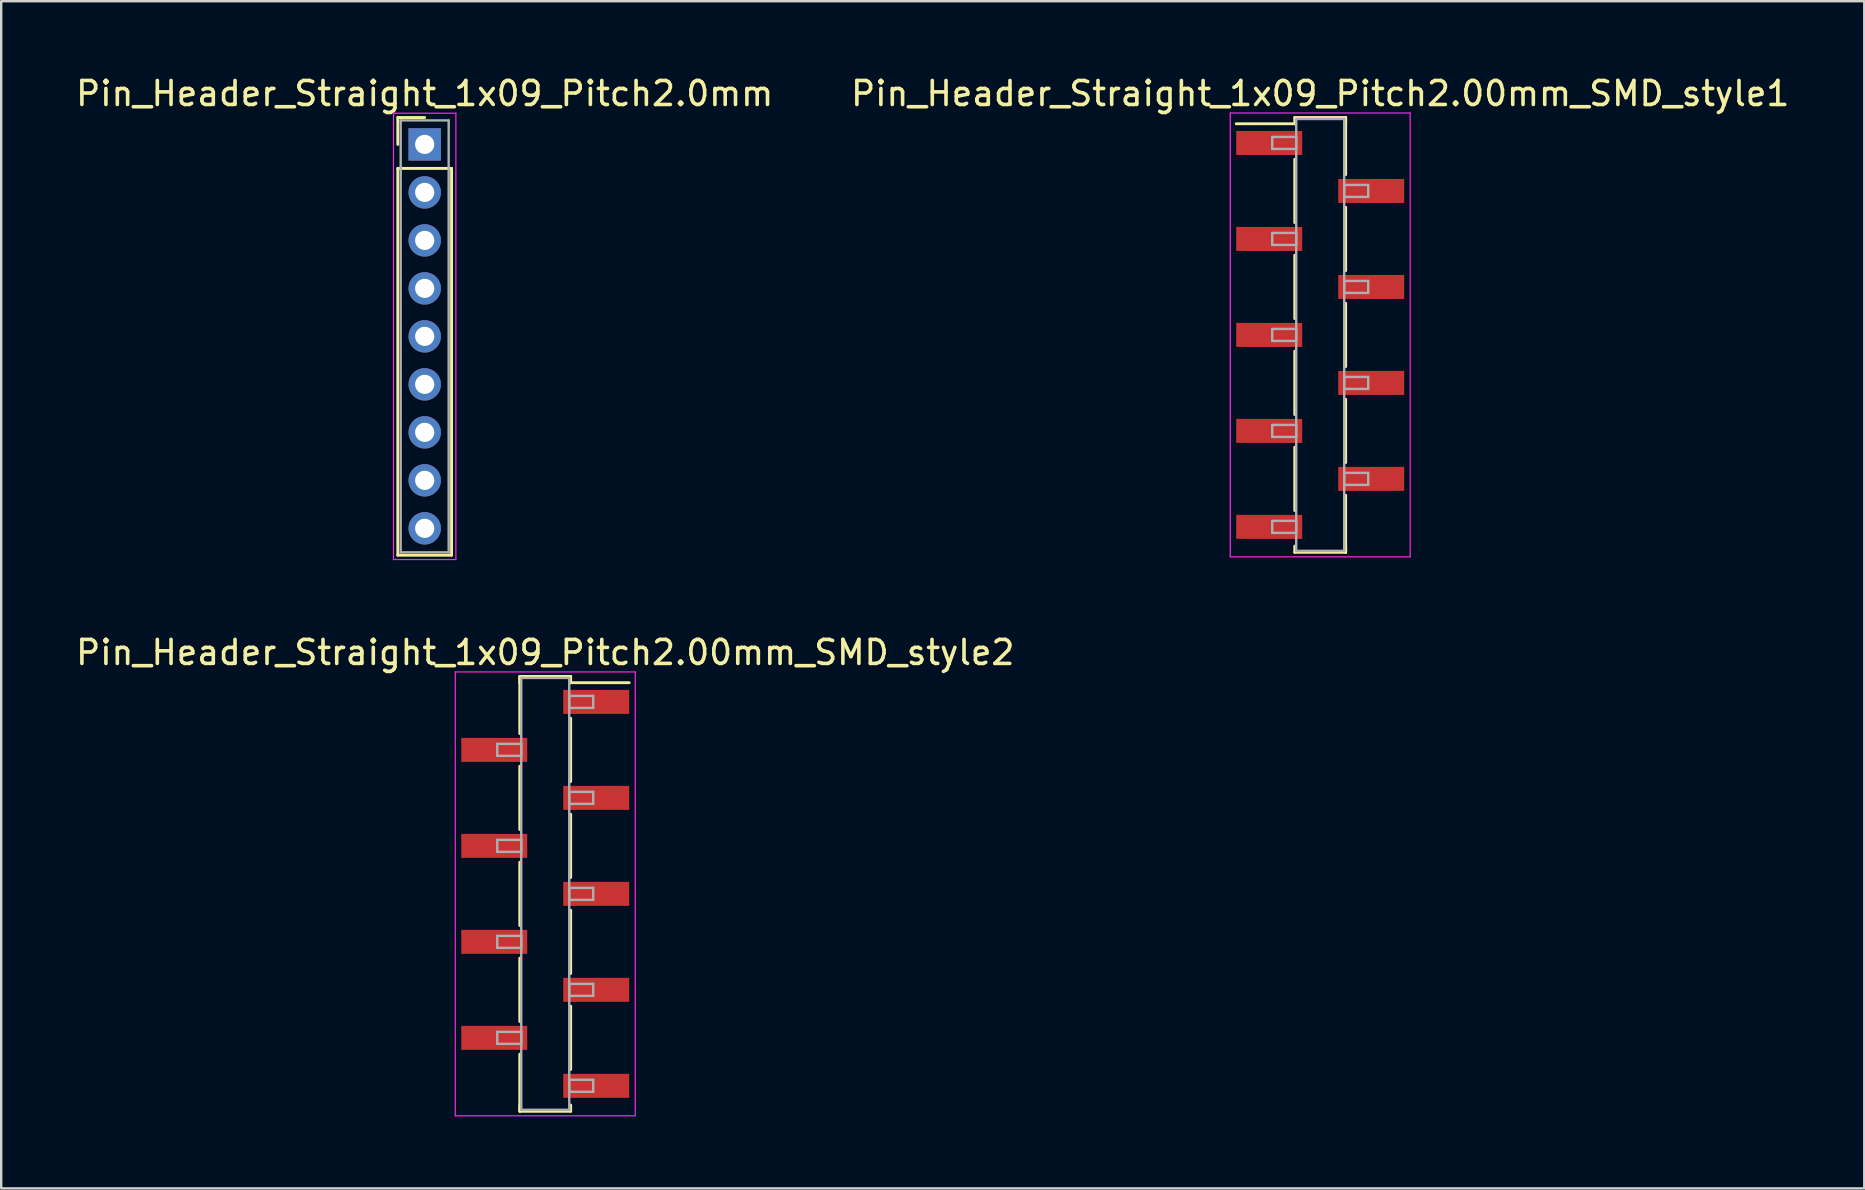
<source format=kicad_pcb>
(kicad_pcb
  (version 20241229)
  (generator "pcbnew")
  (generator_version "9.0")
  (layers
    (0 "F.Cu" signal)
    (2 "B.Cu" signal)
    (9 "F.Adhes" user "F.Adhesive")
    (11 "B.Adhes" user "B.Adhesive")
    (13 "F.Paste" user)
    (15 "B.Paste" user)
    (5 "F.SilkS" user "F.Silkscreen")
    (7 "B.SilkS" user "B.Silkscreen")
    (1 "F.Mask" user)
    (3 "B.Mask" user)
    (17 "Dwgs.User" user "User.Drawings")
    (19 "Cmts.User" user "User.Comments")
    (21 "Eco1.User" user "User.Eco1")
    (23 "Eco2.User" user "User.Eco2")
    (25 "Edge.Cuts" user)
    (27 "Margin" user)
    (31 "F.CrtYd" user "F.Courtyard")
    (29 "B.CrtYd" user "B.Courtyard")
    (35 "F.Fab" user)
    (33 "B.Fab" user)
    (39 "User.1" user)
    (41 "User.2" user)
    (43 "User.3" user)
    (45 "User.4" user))
  (footprint "Pin_Header_Straight_1x09_Pitch2.0mm"
    (layer "F.Cu")
    (at 14.649 2.968)
    (property "Reference" "Pin_Header_Straight_1x09_Pitch2.0mm" (at 0 -2.12 0) (layer "F.SilkS") (effects (font (size 1 1) (thickness 0.15))))
    (attr through_hole)
    (fp_line (start -1.12 -1.12) (end 0 -1.12) (stroke (width 0.12) (type solid)) (layer "F.SilkS"))
    (fp_line (start -1.12 0) (end -1.12 -1.12) (stroke (width 0.12) (type solid)) (layer "F.SilkS"))
    (fp_line (start -1.12 1) (end -1.12 17.12) (stroke (width 0.12) (type solid)) (layer "F.SilkS"))
    (fp_line (start -1.12 17.12) (end 1.12 17.12) (stroke (width 0.12) (type solid)) (layer "F.SilkS"))
    (fp_line (start 1.12 1) (end -1.12 1) (stroke (width 0.12) (type solid)) (layer "F.SilkS"))
    (fp_line (start 1.12 17.12) (end 1.12 1) (stroke (width 0.12) (type solid)) (layer "F.SilkS"))
    (fp_line (start -1.3 -1.3) (end -1.3 17.3) (stroke (width 0.05) (type solid)) (layer "F.CrtYd"))
    (fp_line (start -1.3 17.3) (end 1.3 17.3) (stroke (width 0.05) (type solid)) (layer "F.CrtYd"))
    (fp_line (start 1.3 -1.3) (end -1.3 -1.3) (stroke (width 0.05) (type solid)) (layer "F.CrtYd"))
    (fp_line (start 1.3 17.3) (end 1.3 -1.3) (stroke (width 0.05) (type solid)) (layer "F.CrtYd"))
    (fp_line (start -1 -1) (end -1 17) (stroke (width 0.1) (type solid)) (layer "F.Fab"))
    (fp_line (start -1 17) (end 1 17) (stroke (width 0.1) (type solid)) (layer "F.Fab"))
    (fp_line (start 1 -1) (end -1 -1) (stroke (width 0.1) (type solid)) (layer "F.Fab"))
    (fp_line (start 1 17) (end 1 -1) (stroke (width 0.1) (type solid)) (layer "F.Fab"))
    (pad "1" thru_hole rect (at 0 0) (size 1.35 1.35) (drill 0.8) (layers "*.Cu" "*.Mask"))
    (pad "2" thru_hole oval (at 0 2) (size 1.35 1.35) (drill 0.8) (layers "*.Cu" "*.Mask"))
    (pad "3" thru_hole oval (at 0 4) (size 1.35 1.35) (drill 0.8) (layers "*.Cu" "*.Mask"))
    (pad "4" thru_hole oval (at 0 6) (size 1.35 1.35) (drill 0.8) (layers "*.Cu" "*.Mask"))
    (pad "5" thru_hole oval (at 0 8) (size 1.35 1.35) (drill 0.8) (layers "*.Cu" "*.Mask"))
    (pad "6" thru_hole oval (at 0 10) (size 1.35 1.35) (drill 0.8) (layers "*.Cu" "*.Mask"))
    (pad "7" thru_hole oval (at 0 12) (size 1.35 1.35) (drill 0.8) (layers "*.Cu" "*.Mask"))
    (pad "8" thru_hole oval (at 0 14) (size 1.35 1.35) (drill 0.8) (layers "*.Cu" "*.Mask"))
    (pad "9" thru_hole oval (at 0 16) (size 1.35 1.35) (drill 0.8) (layers "*.Cu" "*.Mask")))
  (footprint "Pin_Header_Straight_1x09_Pitch2.00mm_SMD_style1"
    (layer "F.Cu")
    (at 51.97 10.908)
    (property "Reference" "Pin_Header_Straight_1x09_Pitch2.00mm_SMD_style1" (at 0 -10.06 0) (layer "F.SilkS") (effects (font (size 1 1) (thickness 0.15))))
    (attr smd)
    (fp_line (start -1.06 -9.06) (end 1.06 -9.06) (stroke (width 0.12) (type solid)) (layer "F.SilkS"))
    (fp_line (start -1.06 -8.8) (end -3.5 -8.8) (stroke (width 0.12) (type solid)) (layer "F.SilkS"))
    (fp_line (start -1.06 -8.8) (end -1.06 -9.06) (stroke (width 0.12) (type solid)) (layer "F.SilkS"))
    (fp_line (start -1.06 -7.32) (end -1.06 -4.68) (stroke (width 0.12) (type solid)) (layer "F.SilkS"))
    (fp_line (start -1.06 -3.32) (end -1.06 -0.68) (stroke (width 0.12) (type solid)) (layer "F.SilkS"))
    (fp_line (start -1.06 0.68) (end -1.06 3.32) (stroke (width 0.12) (type solid)) (layer "F.SilkS"))
    (fp_line (start -1.06 4.68) (end -1.06 7.32) (stroke (width 0.12) (type solid)) (layer "F.SilkS"))
    (fp_line (start -1.06 8.8) (end -1.06 9.06) (stroke (width 0.12) (type solid)) (layer "F.SilkS"))
    (fp_line (start -1.06 9.06) (end 1.06 9.06) (stroke (width 0.12) (type solid)) (layer "F.SilkS"))
    (fp_line (start 1.06 -9.06) (end 1.06 -8.8) (stroke (width 0.12) (type solid)) (layer "F.SilkS"))
    (fp_line (start 1.06 -9.06) (end 1.06 -6.68) (stroke (width 0.12) (type solid)) (layer "F.SilkS"))
    (fp_line (start 1.06 -5.32) (end 1.06 -2.68) (stroke (width 0.12) (type solid)) (layer "F.SilkS"))
    (fp_line (start 1.06 -1.32) (end 1.06 1.32) (stroke (width 0.12) (type solid)) (layer "F.SilkS"))
    (fp_line (start 1.06 2.68) (end 1.06 5.32) (stroke (width 0.12) (type solid)) (layer "F.SilkS"))
    (fp_line (start 1.06 6.68) (end 1.06 9.06) (stroke (width 0.12) (type solid)) (layer "F.SilkS"))
    (fp_line (start 1.06 9.06) (end 1.06 8.8) (stroke (width 0.12) (type solid)) (layer "F.SilkS"))
    (fp_line (start -3.75 -9.25) (end -3.75 9.25) (stroke (width 0.05) (type solid)) (layer "F.CrtYd"))
    (fp_line (start -3.75 9.25) (end 3.75 9.25) (stroke (width 0.05) (type solid)) (layer "F.CrtYd"))
    (fp_line (start 3.75 -9.25) (end -3.75 -9.25) (stroke (width 0.05) (type solid)) (layer "F.CrtYd"))
    (fp_line (start 3.75 9.25) (end 3.75 -9.25) (stroke (width 0.05) (type solid)) (layer "F.CrtYd"))
    (fp_line (start -2 -8.25) (end -1 -8.25) (stroke (width 0.1) (type solid)) (layer "F.Fab"))
    (fp_line (start -2 -7.75) (end -2 -8.25) (stroke (width 0.1) (type solid)) (layer "F.Fab"))
    (fp_line (start -2 -4.25) (end -1 -4.25) (stroke (width 0.1) (type solid)) (layer "F.Fab"))
    (fp_line (start -2 -3.75) (end -2 -4.25) (stroke (width 0.1) (type solid)) (layer "F.Fab"))
    (fp_line (start -2 -0.25) (end -1 -0.25) (stroke (width 0.1) (type solid)) (layer "F.Fab"))
    (fp_line (start -2 0.25) (end -2 -0.25) (stroke (width 0.1) (type solid)) (layer "F.Fab"))
    (fp_line (start -2 3.75) (end -1 3.75) (stroke (width 0.1) (type solid)) (layer "F.Fab"))
    (fp_line (start -2 4.25) (end -2 3.75) (stroke (width 0.1) (type solid)) (layer "F.Fab"))
    (fp_line (start -2 7.75) (end -1 7.75) (stroke (width 0.1) (type solid)) (layer "F.Fab"))
    (fp_line (start -2 8.25) (end -2 7.75) (stroke (width 0.1) (type solid)) (layer "F.Fab"))
    (fp_line (start -1 -9) (end -1 9) (stroke (width 0.1) (type solid)) (layer "F.Fab"))
    (fp_line (start -1 -8.25) (end -1 -7.75) (stroke (width 0.1) (type solid)) (layer "F.Fab"))
    (fp_line (start -1 -7.75) (end -2 -7.75) (stroke (width 0.1) (type solid)) (layer "F.Fab"))
    (fp_line (start -1 -4.25) (end -1 -3.75) (stroke (width 0.1) (type solid)) (layer "F.Fab"))
    (fp_line (start -1 -3.75) (end -2 -3.75) (stroke (width 0.1) (type solid)) (layer "F.Fab"))
    (fp_line (start -1 -0.25) (end -1 0.25) (stroke (width 0.1) (type solid)) (layer "F.Fab"))
    (fp_line (start -1 0.25) (end -2 0.25) (stroke (width 0.1) (type solid)) (layer "F.Fab"))
    (fp_line (start -1 3.75) (end -1 4.25) (stroke (width 0.1) (type solid)) (layer "F.Fab"))
    (fp_line (start -1 4.25) (end -2 4.25) (stroke (width 0.1) (type solid)) (layer "F.Fab"))
    (fp_line (start -1 7.75) (end -1 8.25) (stroke (width 0.1) (type solid)) (layer "F.Fab"))
    (fp_line (start -1 8.25) (end -2 8.25) (stroke (width 0.1) (type solid)) (layer "F.Fab"))
    (fp_line (start -1 9) (end 1 9) (stroke (width 0.1) (type solid)) (layer "F.Fab"))
    (fp_line (start 1 -9) (end -1 -9) (stroke (width 0.1) (type solid)) (layer "F.Fab"))
    (fp_line (start 1 -6.25) (end 1 -5.75) (stroke (width 0.1) (type solid)) (layer "F.Fab"))
    (fp_line (start 1 -5.75) (end 2 -5.75) (stroke (width 0.1) (type solid)) (layer "F.Fab"))
    (fp_line (start 1 -2.25) (end 1 -1.75) (stroke (width 0.1) (type solid)) (layer "F.Fab"))
    (fp_line (start 1 -1.75) (end 2 -1.75) (stroke (width 0.1) (type solid)) (layer "F.Fab"))
    (fp_line (start 1 1.75) (end 1 2.25) (stroke (width 0.1) (type solid)) (layer "F.Fab"))
    (fp_line (start 1 2.25) (end 2 2.25) (stroke (width 0.1) (type solid)) (layer "F.Fab"))
    (fp_line (start 1 5.75) (end 1 6.25) (stroke (width 0.1) (type solid)) (layer "F.Fab"))
    (fp_line (start 1 6.25) (end 2 6.25) (stroke (width 0.1) (type solid)) (layer "F.Fab"))
    (fp_line (start 1 9) (end 1 -9) (stroke (width 0.1) (type solid)) (layer "F.Fab"))
    (fp_line (start 2 -6.25) (end 1 -6.25) (stroke (width 0.1) (type solid)) (layer "F.Fab"))
    (fp_line (start 2 -5.75) (end 2 -6.25) (stroke (width 0.1) (type solid)) (layer "F.Fab"))
    (fp_line (start 2 -2.25) (end 1 -2.25) (stroke (width 0.1) (type solid)) (layer "F.Fab"))
    (fp_line (start 2 -1.75) (end 2 -2.25) (stroke (width 0.1) (type solid)) (layer "F.Fab"))
    (fp_line (start 2 1.75) (end 1 1.75) (stroke (width 0.1) (type solid)) (layer "F.Fab"))
    (fp_line (start 2 2.25) (end 2 1.75) (stroke (width 0.1) (type solid)) (layer "F.Fab"))
    (fp_line (start 2 5.75) (end 1 5.75) (stroke (width 0.1) (type solid)) (layer "F.Fab"))
    (fp_line (start 2 6.25) (end 2 5.75) (stroke (width 0.1) (type solid)) (layer "F.Fab"))
    (pad "1" smd rect (at -2.125 -8) (size 2.75 1) (layers "F.Cu" "F.Mask"))
    (pad "2" smd rect (at 2.125 -6) (size 2.75 1) (layers "F.Cu" "F.Mask"))
    (pad "3" smd rect (at -2.125 -4) (size 2.75 1) (layers "F.Cu" "F.Mask"))
    (pad "4" smd rect (at 2.125 -2) (size 2.75 1) (layers "F.Cu" "F.Mask"))
    (pad "5" smd rect (at -2.125 0) (size 2.75 1) (layers "F.Cu" "F.Mask"))
    (pad "6" smd rect (at 2.125 2) (size 2.75 1) (layers "F.Cu" "F.Mask"))
    (pad "7" smd rect (at -2.125 4) (size 2.75 1) (layers "F.Cu" "F.Mask"))
    (pad "8" smd rect (at 2.125 6) (size 2.75 1) (layers "F.Cu" "F.Mask"))
    (pad "9" smd rect (at -2.125 8) (size 2.75 1) (layers "F.Cu" "F.Mask")))
  (footprint "Pin_Header_Straight_1x09_Pitch2.00mm_SMD_style2"
    (layer "F.Cu")
    (at 19.673 34.202)
    (property "Reference" "Pin_Header_Straight_1x09_Pitch2.00mm_SMD_style2" (at 0 -10.06 0) (layer "F.SilkS") (effects (font (size 1 1) (thickness 0.15))))
    (attr smd)
    (fp_line (start -1.06 -9.06) (end -1.06 -6.68) (stroke (width 0.12) (type solid)) (layer "F.SilkS"))
    (fp_line (start -1.06 -9.06) (end 1.06 -9.06) (stroke (width 0.12) (type solid)) (layer "F.SilkS"))
    (fp_line (start -1.06 -8.8) (end -1.06 -9.06) (stroke (width 0.12) (type solid)) (layer "F.SilkS"))
    (fp_line (start -1.06 -5.32) (end -1.06 -2.68) (stroke (width 0.12) (type solid)) (layer "F.SilkS"))
    (fp_line (start -1.06 -1.32) (end -1.06 1.32) (stroke (width 0.12) (type solid)) (layer "F.SilkS"))
    (fp_line (start -1.06 2.68) (end -1.06 5.32) (stroke (width 0.12) (type solid)) (layer "F.SilkS"))
    (fp_line (start -1.06 6.68) (end -1.06 9.06) (stroke (width 0.12) (type solid)) (layer "F.SilkS"))
    (fp_line (start -1.06 8.8) (end -1.06 9.06) (stroke (width 0.12) (type solid)) (layer "F.SilkS"))
    (fp_line (start -1.06 9.06) (end 1.06 9.06) (stroke (width 0.12) (type solid)) (layer "F.SilkS"))
    (fp_line (start 1.06 -9.06) (end 1.06 -8.8) (stroke (width 0.12) (type solid)) (layer "F.SilkS"))
    (fp_line (start 1.06 -8.8) (end 3.5 -8.8) (stroke (width 0.12) (type solid)) (layer "F.SilkS"))
    (fp_line (start 1.06 -7.32) (end 1.06 -4.68) (stroke (width 0.12) (type solid)) (layer "F.SilkS"))
    (fp_line (start 1.06 -3.32) (end 1.06 -0.68) (stroke (width 0.12) (type solid)) (layer "F.SilkS"))
    (fp_line (start 1.06 0.68) (end 1.06 3.32) (stroke (width 0.12) (type solid)) (layer "F.SilkS"))
    (fp_line (start 1.06 4.68) (end 1.06 7.32) (stroke (width 0.12) (type solid)) (layer "F.SilkS"))
    (fp_line (start 1.06 9.06) (end 1.06 8.8) (stroke (width 0.12) (type solid)) (layer "F.SilkS"))
    (fp_line (start -3.75 -9.25) (end -3.75 9.25) (stroke (width 0.05) (type solid)) (layer "F.CrtYd"))
    (fp_line (start -3.75 9.25) (end 3.75 9.25) (stroke (width 0.05) (type solid)) (layer "F.CrtYd"))
    (fp_line (start 3.75 -9.25) (end -3.75 -9.25) (stroke (width 0.05) (type solid)) (layer "F.CrtYd"))
    (fp_line (start 3.75 9.25) (end 3.75 -9.25) (stroke (width 0.05) (type solid)) (layer "F.CrtYd"))
    (fp_line (start -2 -6.25) (end -1 -6.25) (stroke (width 0.1) (type solid)) (layer "F.Fab"))
    (fp_line (start -2 -5.75) (end -2 -6.25) (stroke (width 0.1) (type solid)) (layer "F.Fab"))
    (fp_line (start -2 -2.25) (end -1 -2.25) (stroke (width 0.1) (type solid)) (layer "F.Fab"))
    (fp_line (start -2 -1.75) (end -2 -2.25) (stroke (width 0.1) (type solid)) (layer "F.Fab"))
    (fp_line (start -2 1.75) (end -1 1.75) (stroke (width 0.1) (type solid)) (layer "F.Fab"))
    (fp_line (start -2 2.25) (end -2 1.75) (stroke (width 0.1) (type solid)) (layer "F.Fab"))
    (fp_line (start -2 5.75) (end -1 5.75) (stroke (width 0.1) (type solid)) (layer "F.Fab"))
    (fp_line (start -2 6.25) (end -2 5.75) (stroke (width 0.1) (type solid)) (layer "F.Fab"))
    (fp_line (start -1 -9) (end -1 9) (stroke (width 0.1) (type solid)) (layer "F.Fab"))
    (fp_line (start -1 -6.25) (end -1 -5.75) (stroke (width 0.1) (type solid)) (layer "F.Fab"))
    (fp_line (start -1 -5.75) (end -2 -5.75) (stroke (width 0.1) (type solid)) (layer "F.Fab"))
    (fp_line (start -1 -2.25) (end -1 -1.75) (stroke (width 0.1) (type solid)) (layer "F.Fab"))
    (fp_line (start -1 -1.75) (end -2 -1.75) (stroke (width 0.1) (type solid)) (layer "F.Fab"))
    (fp_line (start -1 1.75) (end -1 2.25) (stroke (width 0.1) (type solid)) (layer "F.Fab"))
    (fp_line (start -1 2.25) (end -2 2.25) (stroke (width 0.1) (type solid)) (layer "F.Fab"))
    (fp_line (start -1 5.75) (end -1 6.25) (stroke (width 0.1) (type solid)) (layer "F.Fab"))
    (fp_line (start -1 6.25) (end -2 6.25) (stroke (width 0.1) (type solid)) (layer "F.Fab"))
    (fp_line (start -1 9) (end 1 9) (stroke (width 0.1) (type solid)) (layer "F.Fab"))
    (fp_line (start 1 -9) (end -1 -9) (stroke (width 0.1) (type solid)) (layer "F.Fab"))
    (fp_line (start 1 -8.25) (end 1 -7.75) (stroke (width 0.1) (type solid)) (layer "F.Fab"))
    (fp_line (start 1 -7.75) (end 2 -7.75) (stroke (width 0.1) (type solid)) (layer "F.Fab"))
    (fp_line (start 1 -4.25) (end 1 -3.75) (stroke (width 0.1) (type solid)) (layer "F.Fab"))
    (fp_line (start 1 -3.75) (end 2 -3.75) (stroke (width 0.1) (type solid)) (layer "F.Fab"))
    (fp_line (start 1 -0.25) (end 1 0.25) (stroke (width 0.1) (type solid)) (layer "F.Fab"))
    (fp_line (start 1 0.25) (end 2 0.25) (stroke (width 0.1) (type solid)) (layer "F.Fab"))
    (fp_line (start 1 3.75) (end 1 4.25) (stroke (width 0.1) (type solid)) (layer "F.Fab"))
    (fp_line (start 1 4.25) (end 2 4.25) (stroke (width 0.1) (type solid)) (layer "F.Fab"))
    (fp_line (start 1 7.75) (end 1 8.25) (stroke (width 0.1) (type solid)) (layer "F.Fab"))
    (fp_line (start 1 8.25) (end 2 8.25) (stroke (width 0.1) (type solid)) (layer "F.Fab"))
    (fp_line (start 1 9) (end 1 -9) (stroke (width 0.1) (type solid)) (layer "F.Fab"))
    (fp_line (start 2 -8.25) (end 1 -8.25) (stroke (width 0.1) (type solid)) (layer "F.Fab"))
    (fp_line (start 2 -7.75) (end 2 -8.25) (stroke (width 0.1) (type solid)) (layer "F.Fab"))
    (fp_line (start 2 -4.25) (end 1 -4.25) (stroke (width 0.1) (type solid)) (layer "F.Fab"))
    (fp_line (start 2 -3.75) (end 2 -4.25) (stroke (width 0.1) (type solid)) (layer "F.Fab"))
    (fp_line (start 2 -0.25) (end 1 -0.25) (stroke (width 0.1) (type solid)) (layer "F.Fab"))
    (fp_line (start 2 0.25) (end 2 -0.25) (stroke (width 0.1) (type solid)) (layer "F.Fab"))
    (fp_line (start 2 3.75) (end 1 3.75) (stroke (width 0.1) (type solid)) (layer "F.Fab"))
    (fp_line (start 2 4.25) (end 2 3.75) (stroke (width 0.1) (type solid)) (layer "F.Fab"))
    (fp_line (start 2 7.75) (end 1 7.75) (stroke (width 0.1) (type solid)) (layer "F.Fab"))
    (fp_line (start 2 8.25) (end 2 7.75) (stroke (width 0.1) (type solid)) (layer "F.Fab"))
    (pad "1" smd rect (at 2.125 -8) (size 2.75 1) (layers "F.Cu" "F.Mask"))
    (pad "2" smd rect (at -2.125 -6) (size 2.75 1) (layers "F.Cu" "F.Mask"))
    (pad "3" smd rect (at 2.125 -4) (size 2.75 1) (layers "F.Cu" "F.Mask"))
    (pad "4" smd rect (at -2.125 -2) (size 2.75 1) (layers "F.Cu" "F.Mask"))
    (pad "5" smd rect (at 2.125 0) (size 2.75 1) (layers "F.Cu" "F.Mask"))
    (pad "6" smd rect (at -2.125 2) (size 2.75 1) (layers "F.Cu" "F.Mask"))
    (pad "7" smd rect (at 2.125 4) (size 2.75 1) (layers "F.Cu" "F.Mask"))
    (pad "8" smd rect (at -2.125 6) (size 2.75 1) (layers "F.Cu" "F.Mask"))
    (pad "9" smd rect (at 2.125 8) (size 2.75 1) (layers "F.Cu" "F.Mask")))
  (gr_rect
    (start -3 -3)
    (end 74.643 46.477)
    (stroke (width 0.1) (type default))
    (fill no)
    (layer "Edge.Cuts")))
</source>
